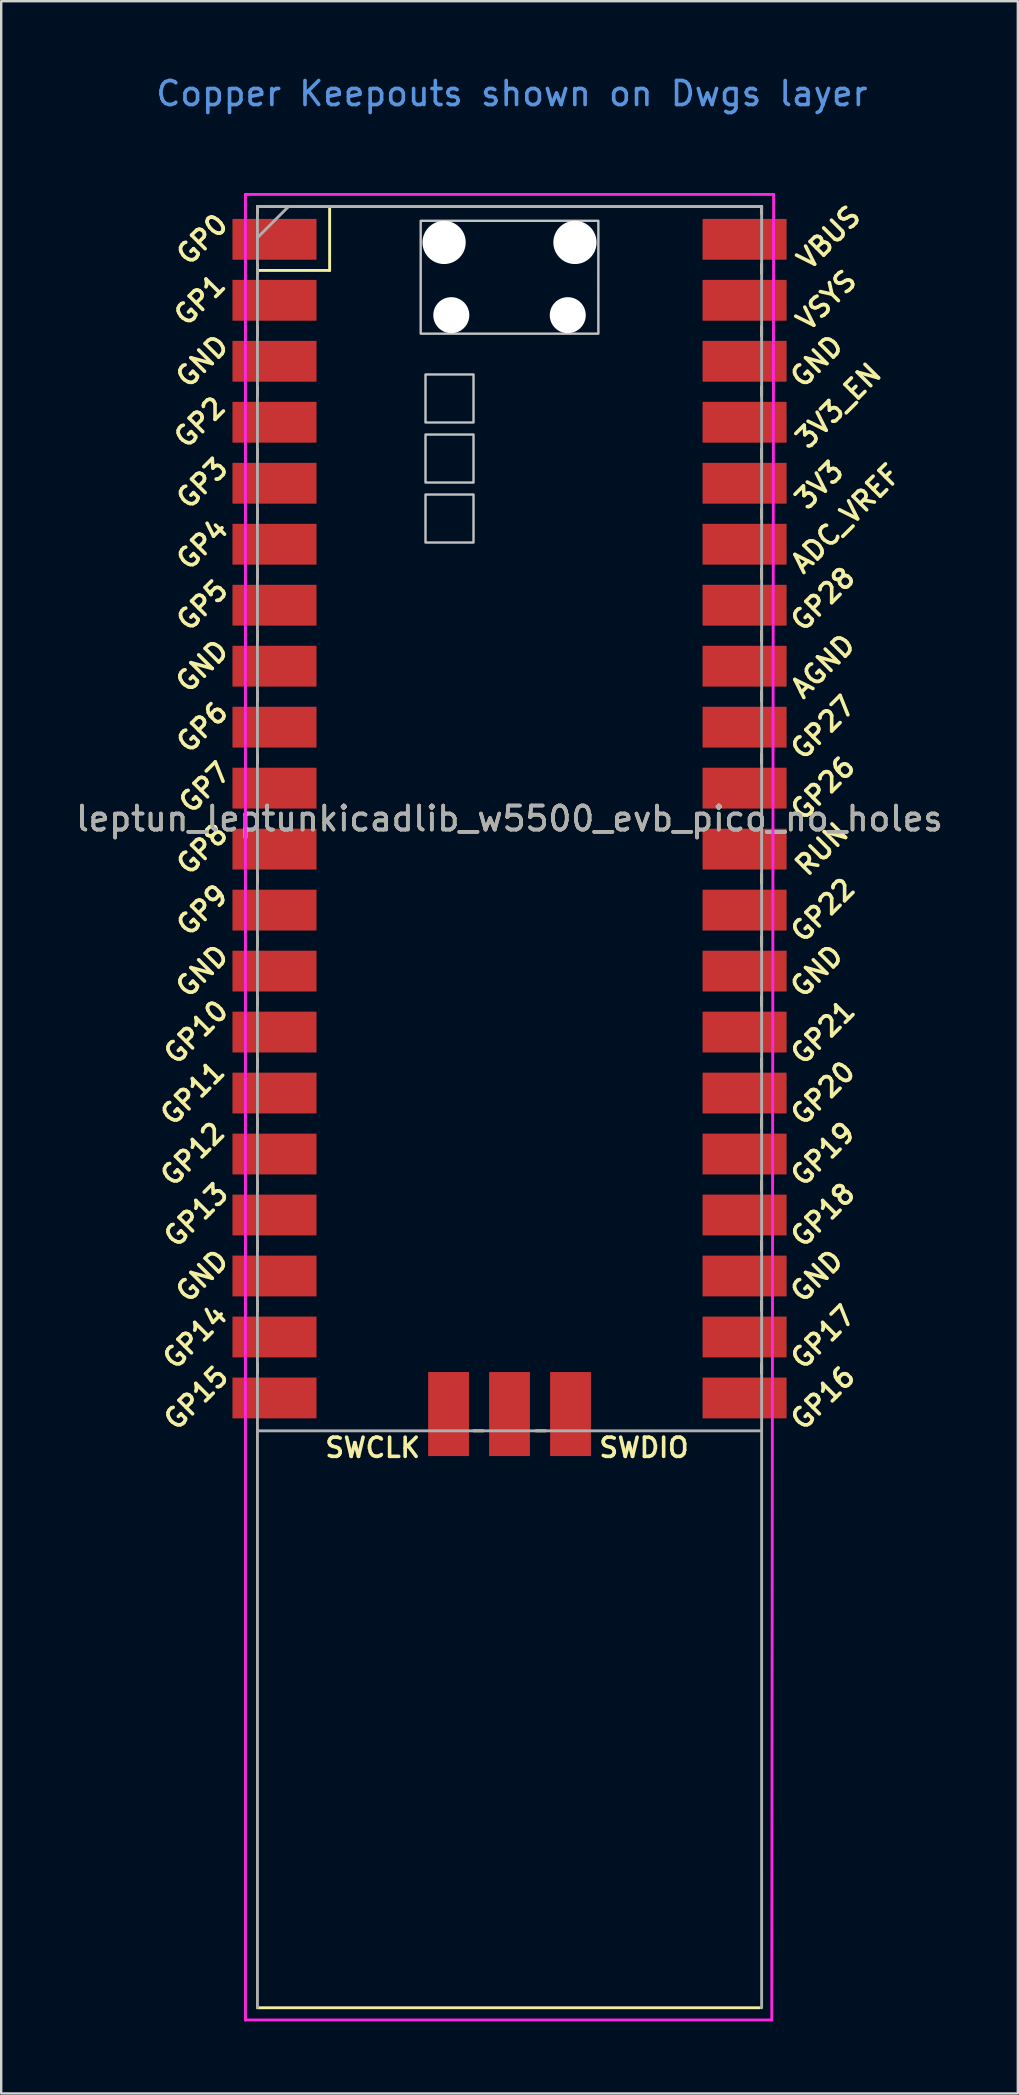
<source format=kicad_pcb>
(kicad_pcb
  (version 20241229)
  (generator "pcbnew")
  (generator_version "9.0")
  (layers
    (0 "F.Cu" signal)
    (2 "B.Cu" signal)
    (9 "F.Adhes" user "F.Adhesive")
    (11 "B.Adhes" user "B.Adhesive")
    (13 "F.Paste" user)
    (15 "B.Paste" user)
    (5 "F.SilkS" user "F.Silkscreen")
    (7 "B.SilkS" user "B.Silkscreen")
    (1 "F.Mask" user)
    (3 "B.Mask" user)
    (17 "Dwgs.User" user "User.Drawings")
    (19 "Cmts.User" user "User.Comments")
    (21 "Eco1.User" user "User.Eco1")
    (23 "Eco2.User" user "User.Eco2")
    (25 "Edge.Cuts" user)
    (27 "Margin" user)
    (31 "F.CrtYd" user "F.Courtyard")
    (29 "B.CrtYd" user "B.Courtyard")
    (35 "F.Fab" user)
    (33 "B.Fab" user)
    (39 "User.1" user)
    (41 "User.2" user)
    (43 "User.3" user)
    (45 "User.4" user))
  (footprint "leptun_leptunkicadlib_w5500_evb_pico_no_holes"
    (layer "F.Cu")
    (at 18.173 31.048)
    (property "Reference" "leptun_leptunkicadlib_w5500_evb_pico_no_holes" (at 0 0 0) (layer "F.SilkS") (effects (font (size 1 1) (thickness 0.15))))
    (attr through_hole)
    (fp_line (start -10.5 -25.5) (end -10.5 -25.2) (stroke (width 0.12) (type solid)) (layer "F.SilkS"))
    (fp_line (start -10.5 -25.5) (end 10.5 -25.5) (stroke (width 0.12) (type solid)) (layer "F.SilkS"))
    (fp_line (start -10.5 -23.1) (end -10.5 -22.7) (stroke (width 0.12) (type solid)) (layer "F.SilkS"))
    (fp_line (start -10.5 -22.833) (end -7.493 -22.833) (stroke (width 0.12) (type solid)) (layer "F.SilkS"))
    (fp_line (start -10.5 -20.5) (end -10.5 -20.1) (stroke (width 0.12) (type solid)) (layer "F.SilkS"))
    (fp_line (start -10.5 -18) (end -10.5 -17.6) (stroke (width 0.12) (type solid)) (layer "F.SilkS"))
    (fp_line (start -10.5 -15.4) (end -10.5 -15) (stroke (width 0.12) (type solid)) (layer "F.SilkS"))
    (fp_line (start -10.5 -12.9) (end -10.5 -12.5) (stroke (width 0.12) (type solid)) (layer "F.SilkS"))
    (fp_line (start -10.5 -10.4) (end -10.5 -10) (stroke (width 0.12) (type solid)) (layer "F.SilkS"))
    (fp_line (start -10.5 -7.8) (end -10.5 -7.4) (stroke (width 0.12) (type solid)) (layer "F.SilkS"))
    (fp_line (start -10.5 -5.3) (end -10.5 -4.9) (stroke (width 0.12) (type solid)) (layer "F.SilkS"))
    (fp_line (start -10.5 -2.7) (end -10.5 -2.3) (stroke (width 0.12) (type solid)) (layer "F.SilkS"))
    (fp_line (start -10.5 -0.2) (end -10.5 0.2) (stroke (width 0.12) (type solid)) (layer "F.SilkS"))
    (fp_line (start -10.5 2.3) (end -10.5 2.7) (stroke (width 0.12) (type solid)) (layer "F.SilkS"))
    (fp_line (start -10.5 4.9) (end -10.5 5.3) (stroke (width 0.12) (type solid)) (layer "F.SilkS"))
    (fp_line (start -10.5 7.4) (end -10.5 7.8) (stroke (width 0.12) (type solid)) (layer "F.SilkS"))
    (fp_line (start -10.5 10) (end -10.5 10.4) (stroke (width 0.12) (type solid)) (layer "F.SilkS"))
    (fp_line (start -10.5 12.5) (end -10.5 12.9) (stroke (width 0.12) (type solid)) (layer "F.SilkS"))
    (fp_line (start -10.5 15.1) (end -10.5 15.5) (stroke (width 0.12) (type solid)) (layer "F.SilkS"))
    (fp_line (start -10.5 17.6) (end -10.5 18) (stroke (width 0.12) (type solid)) (layer "F.SilkS"))
    (fp_line (start -10.5 20.1) (end -10.5 20.5) (stroke (width 0.12) (type solid)) (layer "F.SilkS"))
    (fp_line (start -10.5 22.7) (end -10.5 23.1) (stroke (width 0.12) (type solid)) (layer "F.SilkS"))
    (fp_line (start -7.493 -22.833) (end -7.493 -25.5) (stroke (width 0.12) (type solid)) (layer "F.SilkS"))
    (fp_line (start -1.5 25.5) (end -1.1 25.5) (stroke (width 0.12) (type solid)) (layer "F.SilkS"))
    (fp_line (start 1.1 25.5) (end 1.5 25.5) (stroke (width 0.12) (type solid)) (layer "F.SilkS"))
    (fp_line (start 10.414 49.53) (end -10.5 49.53) (stroke (width 0.12) (type solid)) (layer "F.SilkS"))
    (fp_line (start 10.5 -25.5) (end 10.5 -25.2) (stroke (width 0.12) (type solid)) (layer "F.SilkS"))
    (fp_line (start 10.5 -23.1) (end 10.5 -22.7) (stroke (width 0.12) (type solid)) (layer "F.SilkS"))
    (fp_line (start 10.5 -20.5) (end 10.5 -20.1) (stroke (width 0.12) (type solid)) (layer "F.SilkS"))
    (fp_line (start 10.5 -18) (end 10.5 -17.6) (stroke (width 0.12) (type solid)) (layer "F.SilkS"))
    (fp_line (start 10.5 -15.4) (end 10.5 -15) (stroke (width 0.12) (type solid)) (layer "F.SilkS"))
    (fp_line (start 10.5 -12.9) (end 10.5 -12.5) (stroke (width 0.12) (type solid)) (layer "F.SilkS"))
    (fp_line (start 10.5 -10.4) (end 10.5 -10) (stroke (width 0.12) (type solid)) (layer "F.SilkS"))
    (fp_line (start 10.5 -7.8) (end 10.5 -7.4) (stroke (width 0.12) (type solid)) (layer "F.SilkS"))
    (fp_line (start 10.5 -5.3) (end 10.5 -4.9) (stroke (width 0.12) (type solid)) (layer "F.SilkS"))
    (fp_line (start 10.5 -2.7) (end 10.5 -2.3) (stroke (width 0.12) (type solid)) (layer "F.SilkS"))
    (fp_line (start 10.5 -0.2) (end 10.5 0.2) (stroke (width 0.12) (type solid)) (layer "F.SilkS"))
    (fp_line (start 10.5 2.3) (end 10.5 2.7) (stroke (width 0.12) (type solid)) (layer "F.SilkS"))
    (fp_line (start 10.5 4.9) (end 10.5 5.3) (stroke (width 0.12) (type solid)) (layer "F.SilkS"))
    (fp_line (start 10.5 7.4) (end 10.5 7.8) (stroke (width 0.12) (type solid)) (layer "F.SilkS"))
    (fp_line (start 10.5 10) (end 10.5 10.4) (stroke (width 0.12) (type solid)) (layer "F.SilkS"))
    (fp_line (start 10.5 12.5) (end 10.5 12.9) (stroke (width 0.12) (type solid)) (layer "F.SilkS"))
    (fp_line (start 10.5 15.1) (end 10.5 15.5) (stroke (width 0.12) (type solid)) (layer "F.SilkS"))
    (fp_line (start 10.5 17.6) (end 10.5 18) (stroke (width 0.12) (type solid)) (layer "F.SilkS"))
    (fp_line (start 10.5 20.1) (end 10.5 20.5) (stroke (width 0.12) (type solid)) (layer "F.SilkS"))
    (fp_line (start 10.5 22.7) (end 10.5 23.1) (stroke (width 0.12) (type solid)) (layer "F.SilkS"))
    (fp_poly (pts (xy -1.5 -16.5) (xy -3.5 -16.5) (xy -3.5 -18.5) (xy -1.5 -18.5)) (stroke (width 0.1) (type solid)) (fill no) (layer "Dwgs.User"))
    (fp_poly (pts (xy -1.5 -14) (xy -3.5 -14) (xy -3.5 -16) (xy -1.5 -16)) (stroke (width 0.1) (type solid)) (fill no) (layer "Dwgs.User"))
    (fp_poly (pts (xy -1.5 -11.5) (xy -3.5 -11.5) (xy -3.5 -13.5) (xy -1.5 -13.5)) (stroke (width 0.1) (type solid)) (fill no) (layer "Dwgs.User"))
    (fp_poly (pts (xy 3.7 -20.2) (xy -3.7 -20.2) (xy -3.7 -24.9) (xy 3.7 -24.9)) (stroke (width 0.1) (type solid)) (fill no) (layer "Dwgs.User"))
    (fp_line (start -11 -26) (end 11 -26) (stroke (width 0.12) (type solid)) (layer "F.CrtYd"))
    (fp_line (start -11 50.038) (end -11 -26) (stroke (width 0.12) (type solid)) (layer "F.CrtYd"))
    (fp_line (start 10.922 50.038) (end -11 50.038) (stroke (width 0.12) (type solid)) (layer "F.CrtYd"))
    (fp_line (start 11 -26) (end 10.922 50.038) (stroke (width 0.12) (type solid)) (layer "F.CrtYd"))
    (fp_line (start -10.5 -25.5) (end 10.5 -25.5) (stroke (width 0.12) (type solid)) (layer "F.Fab"))
    (fp_line (start -10.5 -24.2) (end -9.2 -25.5) (stroke (width 0.12) (type solid)) (layer "F.Fab"))
    (fp_line (start -10.5 49.53) (end -10.5 -25.5) (stroke (width 0.12) (type solid)) (layer "F.Fab"))
    (fp_line (start 10.5 -25.5) (end 10.5 49.53) (stroke (width 0.12) (type solid)) (layer "F.Fab"))
    (fp_line (start 10.5 25.5) (end -10.5 25.5) (stroke (width 0.12) (type solid)) (layer "F.Fab"))
    (fp_text user "SWCLK" (at -5.7 26.2 0) (layer "F.SilkS") (effects (font (size 0.8 0.8) (thickness 0.15))))
    (fp_text user "GP14" (at -13.1 21.59 45) (layer "F.SilkS") (effects (font (size 0.8 0.8) (thickness 0.15))))
    (fp_text user "GP0" (at -12.8 -24.13 45) (layer "F.SilkS") (effects (font (size 0.8 0.8) (thickness 0.15))))
    (fp_text user "GND" (at 12.8 6.35 45) (layer "F.SilkS") (effects (font (size 0.8 0.8) (thickness 0.15))))
    (fp_text user "GND" (at -12.8 19.05 45) (layer "F.SilkS") (effects (font (size 0.8 0.8) (thickness 0.15))))
    (fp_text user "GP17" (at 13.054 21.59 45) (layer "F.SilkS") (effects (font (size 0.8 0.8) (thickness 0.15))))
    (fp_text user "3V3_EN" (at 13.7 -17.2 45) (layer "F.SilkS") (effects (font (size 0.8 0.8) (thickness 0.15))))
    (fp_text user "GP22" (at 13.054 3.81 45) (layer "F.SilkS") (effects (font (size 0.8 0.8) (thickness 0.15))))
    (fp_text user "GP8" (at -12.8 1.27 45) (layer "F.SilkS") (effects (font (size 0.8 0.8) (thickness 0.15))))
    (fp_text user "RUN" (at 13 1.27 45) (layer "F.SilkS") (effects (font (size 0.8 0.8) (thickness 0.15))))
    (fp_text user "GP19" (at 13.054 13.97 45) (layer "F.SilkS") (effects (font (size 0.8 0.8) (thickness 0.15))))
    (fp_text user "SWDIO" (at 5.6 26.2 0) (layer "F.SilkS") (effects (font (size 0.8 0.8) (thickness 0.15))))
    (fp_text user "GP10" (at -13.054 8.89 45) (layer "F.SilkS") (effects (font (size 0.8 0.8) (thickness 0.15))))
    (fp_text user "GP12" (at -13.2 13.97 45) (layer "F.SilkS") (effects (font (size 0.8 0.8) (thickness 0.15))))
    (fp_text user "GND" (at -12.8 -19.05 45) (layer "F.SilkS") (effects (font (size 0.8 0.8) (thickness 0.15))))
    (fp_text user "GP1" (at -12.9 -21.6 45) (layer "F.SilkS") (effects (font (size 0.8 0.8) (thickness 0.15))))
    (fp_text user "GND" (at 12.8 -19.05 45) (layer "F.SilkS") (effects (font (size 0.8 0.8) (thickness 0.15))))
    (fp_text user "GP15" (at -13.054 24.13 45) (layer "F.SilkS") (effects (font (size 0.8 0.8) (thickness 0.15))))
    (fp_text user "GP28" (at 13.054 -9.144 45) (layer "F.SilkS") (effects (font (size 0.8 0.8) (thickness 0.15))))
    (fp_text user "GP21" (at 13.054 8.9 45) (layer "F.SilkS") (effects (font (size 0.8 0.8) (thickness 0.15))))
    (fp_text user "ADC_VREF" (at 14 -12.5 45) (layer "F.SilkS") (effects (font (size 0.8 0.8) (thickness 0.15))))
    (fp_text user "GP4" (at -12.8 -11.43 45) (layer "F.SilkS") (effects (font (size 0.8 0.8) (thickness 0.15))))
    (fp_text user "GP27" (at 13.054 -3.8 45) (layer "F.SilkS") (effects (font (size 0.8 0.8) (thickness 0.15))))
    (fp_text user "GND" (at 12.8 19.05 45) (layer "F.SilkS") (effects (font (size 0.8 0.8) (thickness 0.15))))
    (fp_text user "GP5" (at -12.8 -8.89 45) (layer "F.SilkS") (effects (font (size 0.8 0.8) (thickness 0.15))))
    (fp_text user "GP6" (at -12.8 -3.81 45) (layer "F.SilkS") (effects (font (size 0.8 0.8) (thickness 0.15))))
    (fp_text user "GND" (at -12.8 6.35 45) (layer "F.SilkS") (effects (font (size 0.8 0.8) (thickness 0.15))))
    (fp_text user "VBUS" (at 13.3 -24.2 45) (layer "F.SilkS") (effects (font (size 0.8 0.8) (thickness 0.15))))
    (fp_text user "GP26" (at 13.054 -1.27 45) (layer "F.SilkS") (effects (font (size 0.8 0.8) (thickness 0.15))))
    (fp_text user "GP20" (at 13.054 11.43 45) (layer "F.SilkS") (effects (font (size 0.8 0.8) (thickness 0.15))))
    (fp_text user "3V3" (at 12.9 -13.9 45) (layer "F.SilkS") (effects (font (size 0.8 0.8) (thickness 0.15))))
    (fp_text user "GP9" (at -12.8 3.81 45) (layer "F.SilkS") (effects (font (size 0.8 0.8) (thickness 0.15))))
    (fp_text user "GP7" (at -12.7 -1.3 45) (layer "F.SilkS") (effects (font (size 0.8 0.8) (thickness 0.15))))
    (fp_text user "GP3" (at -12.8 -13.97 45) (layer "F.SilkS") (effects (font (size 0.8 0.8) (thickness 0.15))))
    (fp_text user "GP11" (at -13.2 11.43 45) (layer "F.SilkS") (effects (font (size 0.8 0.8) (thickness 0.15))))
    (fp_text user "GP16" (at 13.054 24.13 45) (layer "F.SilkS") (effects (font (size 0.8 0.8) (thickness 0.15))))
    (fp_text user "VSYS" (at 13.2 -21.59 45) (layer "F.SilkS") (effects (font (size 0.8 0.8) (thickness 0.15))))
    (fp_text user "GP2" (at -12.9 -16.51 45) (layer "F.SilkS") (effects (font (size 0.8 0.8) (thickness 0.15))))
    (fp_text user "GND" (at -12.8 -6.35 45) (layer "F.SilkS") (effects (font (size 0.8 0.8) (thickness 0.15))))
    (fp_text user "AGND" (at 13.054 -6.35 45) (layer "F.SilkS") (effects (font (size 0.8 0.8) (thickness 0.15))))
    (fp_text user "GP18" (at 13.054 16.51 45) (layer "F.SilkS") (effects (font (size 0.8 0.8) (thickness 0.15))))
    (fp_text user "GP13" (at -13.054 16.51 45) (layer "F.SilkS") (effects (font (size 0.8 0.8) (thickness 0.15))))
    (fp_text user "Copper Keepouts shown on Dwgs layer" (at 0.1 -30.2 0) (layer "Cmts.User") (effects (font (size 1 1) (thickness 0.15))))
    (fp_text user "${REFERENCE}" (at 0 0 180) (layer "F.Fab") (effects (font (size 1 1) (thickness 0.15))))
    (pad "" np_thru_hole oval (at -2.725 -24) (size 1.8 1.8) (drill 1.8) (layers "*.Cu" "*.Mask"))
    (pad "" np_thru_hole oval (at -2.425 -20.97) (size 1.5 1.5) (drill 1.5) (layers "*.Cu" "*.Mask"))
    (pad "" np_thru_hole oval (at 2.425 -20.97) (size 1.5 1.5) (drill 1.5) (layers "*.Cu" "*.Mask"))
    (pad "" np_thru_hole oval (at 2.725 -24) (size 1.8 1.8) (drill 1.8) (layers "*.Cu" "*.Mask"))
    (pad "1" smd rect (at -8.89 -24.13) (size 3.5 1.7) (drill (offset -0.9 0)) (layers "F.Cu" "F.Mask"))
    (pad "2" smd rect (at -8.89 -21.59) (size 3.5 1.7) (drill (offset -0.9 0)) (layers "F.Cu" "F.Mask"))
    (pad "3" smd rect (at -8.89 -19.05) (size 3.5 1.7) (drill (offset -0.9 0)) (layers "F.Cu" "F.Mask"))
    (pad "4" smd rect (at -8.89 -16.51) (size 3.5 1.7) (drill (offset -0.9 0)) (layers "F.Cu" "F.Mask"))
    (pad "5" smd rect (at -8.89 -13.97) (size 3.5 1.7) (drill (offset -0.9 0)) (layers "F.Cu" "F.Mask"))
    (pad "6" smd rect (at -8.89 -11.43) (size 3.5 1.7) (drill (offset -0.9 0)) (layers "F.Cu" "F.Mask"))
    (pad "7" smd rect (at -8.89 -8.89) (size 3.5 1.7) (drill (offset -0.9 0)) (layers "F.Cu" "F.Mask"))
    (pad "8" smd rect (at -8.89 -6.35) (size 3.5 1.7) (drill (offset -0.9 0)) (layers "F.Cu" "F.Mask"))
    (pad "9" smd rect (at -8.89 -3.81) (size 3.5 1.7) (drill (offset -0.9 0)) (layers "F.Cu" "F.Mask"))
    (pad "10" smd rect (at -8.89 -1.27) (size 3.5 1.7) (drill (offset -0.9 0)) (layers "F.Cu" "F.Mask"))
    (pad "11" smd rect (at -8.89 1.27) (size 3.5 1.7) (drill (offset -0.9 0)) (layers "F.Cu" "F.Mask"))
    (pad "12" smd rect (at -8.89 3.81) (size 3.5 1.7) (drill (offset -0.9 0)) (layers "F.Cu" "F.Mask"))
    (pad "13" smd rect (at -8.89 6.35) (size 3.5 1.7) (drill (offset -0.9 0)) (layers "F.Cu" "F.Mask"))
    (pad "14" smd rect (at -8.89 8.89) (size 3.5 1.7) (drill (offset -0.9 0)) (layers "F.Cu" "F.Mask"))
    (pad "15" smd rect (at -8.89 11.43) (size 3.5 1.7) (drill (offset -0.9 0)) (layers "F.Cu" "F.Mask"))
    (pad "16" smd rect (at -8.89 13.97) (size 3.5 1.7) (drill (offset -0.9 0)) (layers "F.Cu" "F.Mask"))
    (pad "17" smd rect (at -8.89 16.51) (size 3.5 1.7) (drill (offset -0.9 0)) (layers "F.Cu" "F.Mask"))
    (pad "18" smd rect (at -8.89 19.05) (size 3.5 1.7) (drill (offset -0.9 0)) (layers "F.Cu" "F.Mask"))
    (pad "19" smd rect (at -8.89 21.59) (size 3.5 1.7) (drill (offset -0.9 0)) (layers "F.Cu" "F.Mask"))
    (pad "20" smd rect (at -8.89 24.13) (size 3.5 1.7) (drill (offset -0.9 0)) (layers "F.Cu" "F.Mask"))
    (pad "21" smd rect (at 8.89 24.13) (size 3.5 1.7) (drill (offset 0.9 0)) (layers "F.Cu" "F.Mask"))
    (pad "22" smd rect (at 8.89 21.59) (size 3.5 1.7) (drill (offset 0.9 0)) (layers "F.Cu" "F.Mask"))
    (pad "23" smd rect (at 8.89 19.05) (size 3.5 1.7) (drill (offset 0.9 0)) (layers "F.Cu" "F.Mask"))
    (pad "24" smd rect (at 8.89 16.51) (size 3.5 1.7) (drill (offset 0.9 0)) (layers "F.Cu" "F.Mask"))
    (pad "25" smd rect (at 8.89 13.97) (size 3.5 1.7) (drill (offset 0.9 0)) (layers "F.Cu" "F.Mask"))
    (pad "26" smd rect (at 8.89 11.43) (size 3.5 1.7) (drill (offset 0.9 0)) (layers "F.Cu" "F.Mask"))
    (pad "27" smd rect (at 8.89 8.89) (size 3.5 1.7) (drill (offset 0.9 0)) (layers "F.Cu" "F.Mask"))
    (pad "28" smd rect (at 8.89 6.35) (size 3.5 1.7) (drill (offset 0.9 0)) (layers "F.Cu" "F.Mask"))
    (pad "29" smd rect (at 8.89 3.81) (size 3.5 1.7) (drill (offset 0.9 0)) (layers "F.Cu" "F.Mask"))
    (pad "30" smd rect (at 8.89 1.27) (size 3.5 1.7) (drill (offset 0.9 0)) (layers "F.Cu" "F.Mask"))
    (pad "31" smd rect (at 8.89 -1.27) (size 3.5 1.7) (drill (offset 0.9 0)) (layers "F.Cu" "F.Mask"))
    (pad "32" smd rect (at 8.89 -3.81) (size 3.5 1.7) (drill (offset 0.9 0)) (layers "F.Cu" "F.Mask"))
    (pad "33" smd rect (at 8.89 -6.35) (size 3.5 1.7) (drill (offset 0.9 0)) (layers "F.Cu" "F.Mask"))
    (pad "34" smd rect (at 8.89 -8.89) (size 3.5 1.7) (drill (offset 0.9 0)) (layers "F.Cu" "F.Mask"))
    (pad "35" smd rect (at 8.89 -11.43) (size 3.5 1.7) (drill (offset 0.9 0)) (layers "F.Cu" "F.Mask"))
    (pad "36" smd rect (at 8.89 -13.97) (size 3.5 1.7) (drill (offset 0.9 0)) (layers "F.Cu" "F.Mask"))
    (pad "37" smd rect (at 8.89 -16.51) (size 3.5 1.7) (drill (offset 0.9 0)) (layers "F.Cu" "F.Mask"))
    (pad "38" smd rect (at 8.89 -19.05) (size 3.5 1.7) (drill (offset 0.9 0)) (layers "F.Cu" "F.Mask"))
    (pad "39" smd rect (at 8.89 -21.59) (size 3.5 1.7) (drill (offset 0.9 0)) (layers "F.Cu" "F.Mask"))
    (pad "40" smd rect (at 8.89 -24.13) (size 3.5 1.7) (drill (offset 0.9 0)) (layers "F.Cu" "F.Mask"))
    (pad "41" smd rect (at -2.54 23.9 90) (size 3.5 1.7) (drill (offset -0.9 0)) (layers "F.Cu" "F.Mask"))
    (pad "42" smd rect (at 0 23.9 90) (size 3.5 1.7) (drill (offset -0.9 0)) (layers "F.Cu" "F.Mask"))
    (pad "43" smd rect (at 2.54 23.9 90) (size 3.5 1.7) (drill (offset -0.9 0)) (layers "F.Cu" "F.Mask")))
  (gr_rect
    (start -3 -3)
    (end 39.345 84.146)
    (stroke (width 0.1) (type default))
    (fill no)
    (layer "Edge.Cuts")))
</source>
